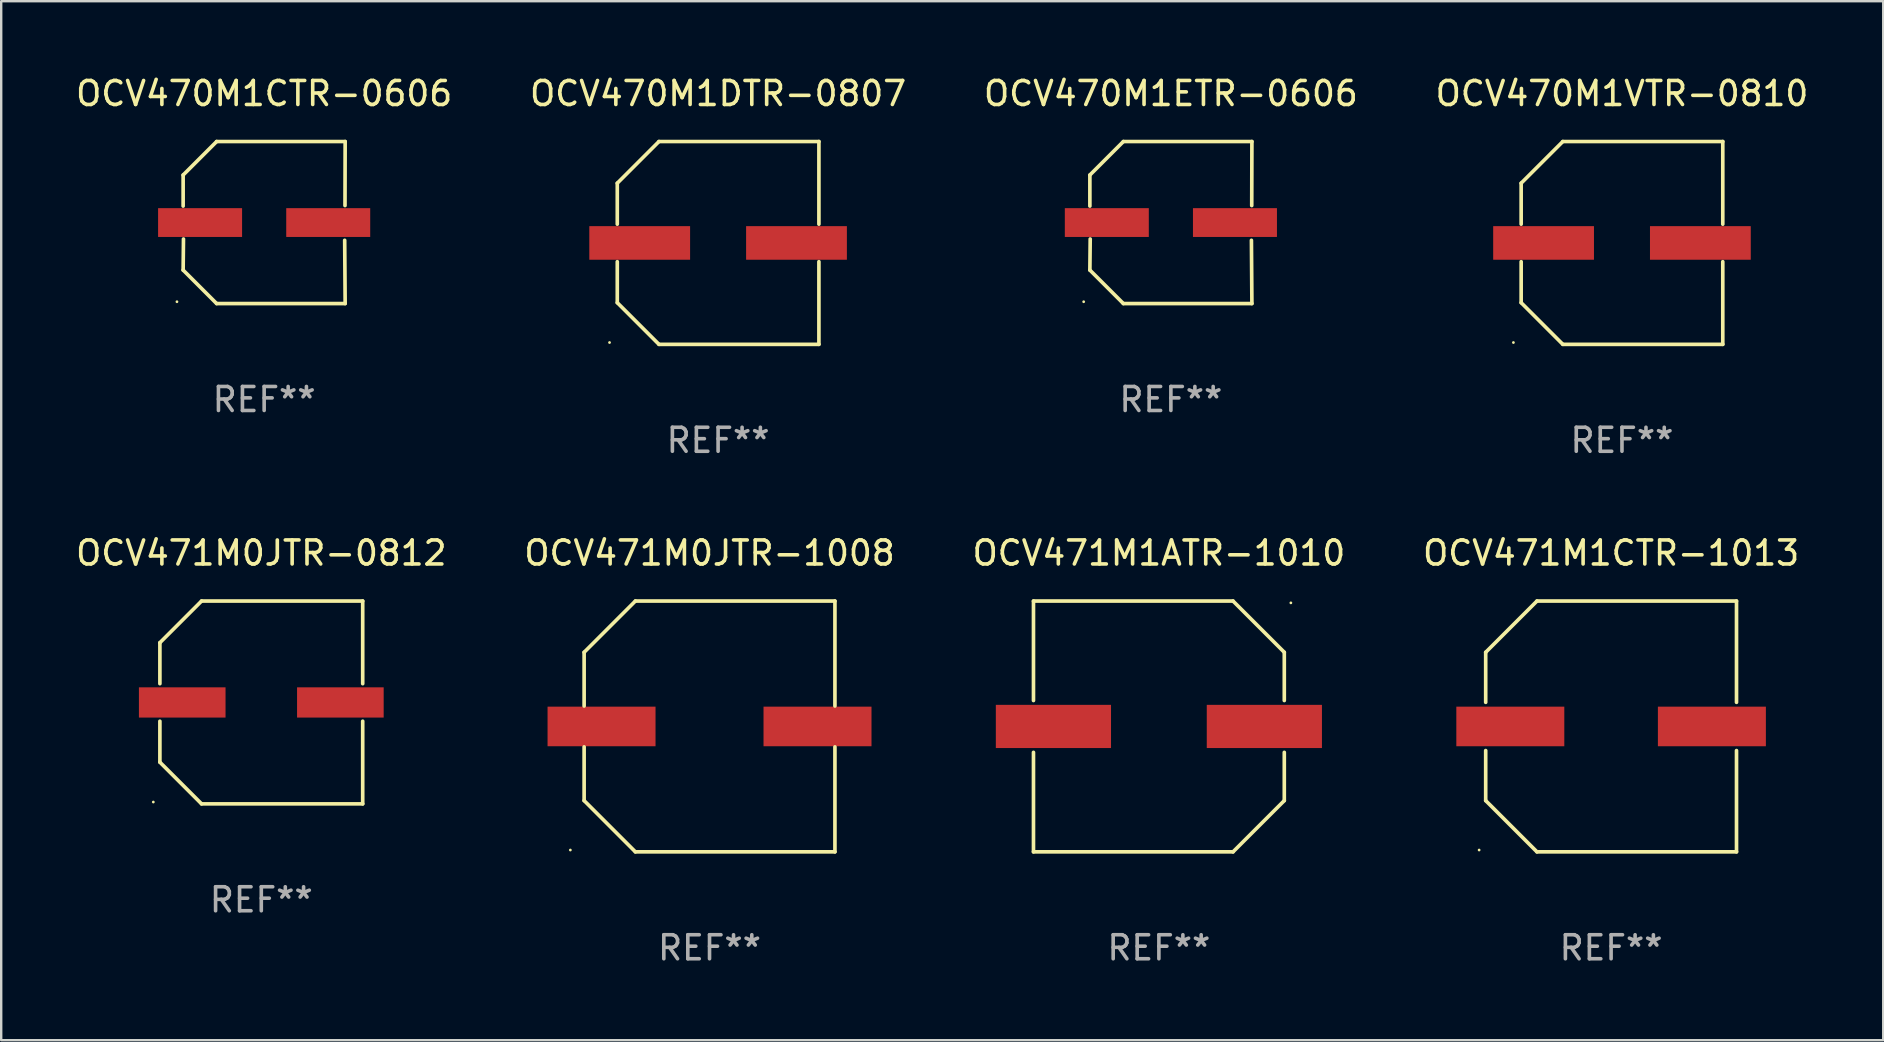
<source format=kicad_pcb>
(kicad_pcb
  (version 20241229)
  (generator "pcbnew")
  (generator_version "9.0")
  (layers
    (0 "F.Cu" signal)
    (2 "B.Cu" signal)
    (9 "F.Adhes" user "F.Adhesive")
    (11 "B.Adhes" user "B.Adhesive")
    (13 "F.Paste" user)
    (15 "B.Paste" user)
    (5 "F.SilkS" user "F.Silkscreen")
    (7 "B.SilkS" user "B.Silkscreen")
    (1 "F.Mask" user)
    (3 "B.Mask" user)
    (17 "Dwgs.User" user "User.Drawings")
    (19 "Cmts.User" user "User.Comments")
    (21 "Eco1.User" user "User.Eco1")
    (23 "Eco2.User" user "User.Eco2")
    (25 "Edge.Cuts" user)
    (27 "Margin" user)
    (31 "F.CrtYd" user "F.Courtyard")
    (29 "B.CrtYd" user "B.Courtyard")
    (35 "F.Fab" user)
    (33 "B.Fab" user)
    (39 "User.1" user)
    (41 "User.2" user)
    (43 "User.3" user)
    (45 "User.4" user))
  (footprint "OCV471M1CTR-1013"
    (layer "F.Cu")
    (at 64.089 27.223)
    (property "Reference" "OCV471M1CTR-1013" (at 0 -7.226 0) (layer "F.SilkS") (effects (font (size 1 1) (thickness 0.15))))
    (attr through_hole)
    (fp_line (start -5.226 -3.09) (end -5.226 -1.005) (stroke (width 0.152) (type solid)) (layer "F.SilkS"))
    (fp_line (start -5.226 1.005) (end -5.226 3.09) (stroke (width 0.152) (type solid)) (layer "F.SilkS"))
    (fp_line (start -3.09 -5.226) (end -5.226 -3.09) (stroke (width 0.152) (type solid)) (layer "F.SilkS"))
    (fp_line (start -3.09 5.226) (end -5.226 3.09) (stroke (width 0.152) (type solid)) (layer "F.SilkS"))
    (fp_line (start 5.226 -5.226) (end -3.09 -5.226) (stroke (width 0.152) (type solid)) (layer "F.SilkS"))
    (fp_line (start 5.226 -5.226) (end 5.226 -1.005) (stroke (width 0.152) (type solid)) (layer "F.SilkS"))
    (fp_line (start 5.226 1.005) (end 5.226 5.226) (stroke (width 0.152) (type solid)) (layer "F.SilkS"))
    (fp_line (start 5.226 5.226) (end -3.09 5.226) (stroke (width 0.152) (type solid)) (layer "F.SilkS"))
    (fp_circle (center -5.5 5.15) (end -5.47 5.15) (stroke (width 0.06) (type solid)) (fill no) (layer "F.SilkS"))
    (fp_text user "REF**" (at 0 9.226 0) (layer "F.Fab") (effects (font (size 1 1) (thickness 0.15))))
    (pad "1" smd rect (at -4.2 0.000216) (size 4.5 1.65) (layers "F.Cu" "F.Mask" "F.Paste"))
    (pad "2" smd rect (at 4.2 0.000216) (size 4.5 1.65) (layers "F.Cu" "F.Mask" "F.Paste")))
  (footprint "OCV470M1DTR-0807"
    (layer "F.Cu")
    (at 26.875 7.074)
    (property "Reference" "OCV470M1DTR-0807" (at 0 -6.226 0) (layer "F.SilkS") (effects (font (size 1 1) (thickness 0.15))))
    (attr through_hole)
    (fp_line (start -4.201 -2.49) (end -4.201 -0.782) (stroke (width 0.152) (type solid)) (layer "F.SilkS"))
    (fp_line (start -4.201 2.49) (end -4.201 0.782) (stroke (width 0.152) (type solid)) (layer "F.SilkS"))
    (fp_line (start -2.465 -4.226) (end -4.201 -2.49) (stroke (width 0.152) (type solid)) (layer "F.SilkS"))
    (fp_line (start -2.465 4.226) (end -4.201 2.49) (stroke (width 0.152) (type solid)) (layer "F.SilkS"))
    (fp_line (start 4.201 -4.226) (end -2.465 -4.226) (stroke (width 0.152) (type solid)) (layer "F.SilkS"))
    (fp_line (start 4.201 -0.782) (end 4.201 -4.226) (stroke (width 0.152) (type solid)) (layer "F.SilkS"))
    (fp_line (start 4.201 0.782) (end 4.201 4.226) (stroke (width 0.152) (type solid)) (layer "F.SilkS"))
    (fp_line (start 4.201 4.226) (end -2.465 4.226) (stroke (width 0.152) (type solid)) (layer "F.SilkS"))
    (fp_circle (center -4.524 4.15) (end -4.494 4.15) (stroke (width 0.06) (type solid)) (fill no) (layer "F.SilkS"))
    (fp_text user "REF**" (at 0 8.226 0) (layer "F.Fab") (effects (font (size 1 1) (thickness 0.15))))
    (pad "1" smd rect (at -3.267 0) (size 4.2 1.4) (layers "F.Cu" "F.Mask" "F.Paste"))
    (pad "2" smd rect (at 3.267 0) (size 4.2 1.4) (layers "F.Cu" "F.Mask" "F.Paste")))
  (footprint "OCV471M0JTR-0812"
    (layer "F.Cu")
    (at 7.839 26.223)
    (property "Reference" "OCV471M0JTR-0812" (at 0 -6.226 0) (layer "F.SilkS") (effects (font (size 1 1) (thickness 0.15))))
    (attr through_hole)
    (fp_line (start -4.226 -2.49) (end -4.226 -0.782) (stroke (width 0.152) (type solid)) (layer "F.SilkS"))
    (fp_line (start -4.226 2.49) (end -4.226 0.782) (stroke (width 0.152) (type solid)) (layer "F.SilkS"))
    (fp_line (start -2.49 -4.226) (end -4.226 -2.49) (stroke (width 0.152) (type solid)) (layer "F.SilkS"))
    (fp_line (start -2.49 4.226) (end -4.226 2.49) (stroke (width 0.152) (type solid)) (layer "F.SilkS"))
    (fp_line (start 4.226 -4.226) (end -2.49 -4.226) (stroke (width 0.152) (type solid)) (layer "F.SilkS"))
    (fp_line (start 4.226 -0.782) (end 4.226 -4.226) (stroke (width 0.152) (type solid)) (layer "F.SilkS"))
    (fp_line (start 4.226 0.782) (end 4.226 4.226) (stroke (width 0.152) (type solid)) (layer "F.SilkS"))
    (fp_line (start 4.226 4.226) (end -2.49 4.226) (stroke (width 0.152) (type solid)) (layer "F.SilkS"))
    (fp_circle (center -4.5 4.15) (end -4.47 4.15) (stroke (width 0.06) (type solid)) (fill no) (layer "F.SilkS"))
    (fp_text user "REF**" (at 0 8.226 0) (layer "F.Fab") (effects (font (size 1 1) (thickness 0.15))))
    (pad "1" smd rect (at -3.295 -0.000076 180) (size 3.61 1.26) (layers "F.Cu" "F.Mask" "F.Paste"))
    (pad "2" smd rect (at 3.295 -0.000076 180) (size 3.61 1.26) (layers "F.Cu" "F.Mask" "F.Paste")))
  (footprint "OCV471M1ATR-1010"
    (layer "F.Cu")
    (at 45.244 27.223)
    (property "Reference" "OCV471M1ATR-1010" (at 0 -7.226 0) (layer "F.SilkS") (effects (font (size 1 1) (thickness 0.15))))
    (attr through_hole)
    (fp_line (start -5.226 -5.226) (end -5.226 -1.08) (stroke (width 0.152) (type solid)) (layer "F.SilkS"))
    (fp_line (start -5.226 -5.226) (end 3.09 -5.226) (stroke (width 0.152) (type solid)) (layer "F.SilkS"))
    (fp_line (start -5.226 1.08) (end -5.226 5.226) (stroke (width 0.152) (type solid)) (layer "F.SilkS"))
    (fp_line (start -5.226 5.226) (end 3.09 5.226) (stroke (width 0.152) (type solid)) (layer "F.SilkS"))
    (fp_line (start 3.09 -5.226) (end 5.226 -3.09) (stroke (width 0.152) (type solid)) (layer "F.SilkS"))
    (fp_line (start 3.09 5.226) (end 5.226 3.09) (stroke (width 0.152) (type solid)) (layer "F.SilkS"))
    (fp_line (start 5.226 -1.08) (end 5.226 -3.09) (stroke (width 0.152) (type solid)) (layer "F.SilkS"))
    (fp_line (start 5.226 3.09) (end 5.226 1.08) (stroke (width 0.152) (type solid)) (layer "F.SilkS"))
    (fp_circle (center 5.5 -5.15) (end 5.53 -5.15) (stroke (width 0.06) (type solid)) (fill no) (layer "F.SilkS"))
    (fp_text user "REF**" (at 0 9.226 0) (layer "F.Fab") (effects (font (size 1 1) (thickness 0.15))))
    (pad "1" smd rect (at 4.395 0 180) (size 4.8 1.8) (layers "F.Cu" "F.Mask" "F.Paste"))
    (pad "2" smd rect (at -4.395 0 180) (size 4.8 1.8) (layers "F.Cu" "F.Mask" "F.Paste")))
  (footprint "OCV470M1VTR-0810"
    (layer "F.Cu")
    (at 64.542 7.074)
    (property "Reference" "OCV470M1VTR-0810" (at 0 -6.226 0) (layer "F.SilkS") (effects (font (size 1 1) (thickness 0.15))))
    (attr through_hole)
    (fp_line (start -4.201 -2.49) (end -4.201 -0.782) (stroke (width 0.152) (type solid)) (layer "F.SilkS"))
    (fp_line (start -4.201 2.49) (end -4.201 0.782) (stroke (width 0.152) (type solid)) (layer "F.SilkS"))
    (fp_line (start -2.465 -4.226) (end -4.201 -2.49) (stroke (width 0.152) (type solid)) (layer "F.SilkS"))
    (fp_line (start -2.465 4.226) (end -4.201 2.49) (stroke (width 0.152) (type solid)) (layer "F.SilkS"))
    (fp_line (start 4.201 -4.226) (end -2.465 -4.226) (stroke (width 0.152) (type solid)) (layer "F.SilkS"))
    (fp_line (start 4.201 -0.782) (end 4.201 -4.226) (stroke (width 0.152) (type solid)) (layer "F.SilkS"))
    (fp_line (start 4.201 0.782) (end 4.201 4.226) (stroke (width 0.152) (type solid)) (layer "F.SilkS"))
    (fp_line (start 4.201 4.226) (end -2.465 4.226) (stroke (width 0.152) (type solid)) (layer "F.SilkS"))
    (fp_circle (center -4.524 4.15) (end -4.494 4.15) (stroke (width 0.06) (type solid)) (fill no) (layer "F.SilkS"))
    (fp_text user "REF**" (at 0 8.226 0) (layer "F.Fab") (effects (font (size 1 1) (thickness 0.15))))
    (pad "1" smd rect (at -3.267 0) (size 4.2 1.4) (layers "F.Cu" "F.Mask" "F.Paste"))
    (pad "2" smd rect (at 3.267 0) (size 4.2 1.4) (layers "F.Cu" "F.Mask" "F.Paste")))
  (footprint "OCV470M1CTR-0606"
    (layer "F.Cu")
    (at 7.958 6.224)
    (property "Reference" "OCV470M1CTR-0606" (at 0 -5.376 0) (layer "F.SilkS") (effects (font (size 1 1) (thickness 0.15))))
    (attr through_hole)
    (fp_line (start -3.376 -1.98) (end -3.376 -0.686) (stroke (width 0.152) (type solid)) (layer "F.SilkS"))
    (fp_line (start -3.376 1.981) (end -3.362 0.686) (stroke (width 0.152) (type solid)) (layer "F.SilkS"))
    (fp_line (start -1.981 3.376) (end -3.376 1.981) (stroke (width 0.152) (type solid)) (layer "F.SilkS"))
    (fp_line (start -1.98 -3.376) (end -3.376 -1.98) (stroke (width 0.152) (type solid)) (layer "F.SilkS"))
    (fp_line (start 3.356 0.74) (end 3.376 3.376) (stroke (width 0.152) (type solid)) (layer "F.SilkS"))
    (fp_line (start 3.369 -0.707) (end 3.376 -3.376) (stroke (width 0.152) (type solid)) (layer "F.SilkS"))
    (fp_line (start 3.376 3.376) (end -1.981 3.376) (stroke (width 0.152) (type solid)) (layer "F.SilkS"))
    (fp_line (start 3.376 -3.376) (end -1.98 -3.376) (stroke (width 0.152) (type solid)) (layer "F.SilkS"))
    (fp_circle (center -3.634 3.3) (end -3.604 3.3) (stroke (width 0.06) (type solid)) (fill no) (layer "F.SilkS"))
    (fp_text user "REF**" (at 0 7.376 0) (layer "F.Fab") (effects (font (size 1 1) (thickness 0.15))))
    (pad "1" smd rect (at -2.67 0.000254) (size 3.5 1.2) (layers "F.Cu" "F.Mask" "F.Paste"))
    (pad "2" smd rect (at 2.67 0.000254) (size 3.5 1.2) (layers "F.Cu" "F.Mask" "F.Paste")))
  (footprint "OCV471M0JTR-1008"
    (layer "F.Cu")
    (at 26.518 27.223)
    (property "Reference" "OCV471M0JTR-1008" (at 0 -7.226 0) (layer "F.SilkS") (effects (font (size 1 1) (thickness 0.15))))
    (attr through_hole)
    (fp_line (start -5.226 -3.09) (end -5.226 -0.852) (stroke (width 0.152) (type solid)) (layer "F.SilkS"))
    (fp_line (start -5.226 3.09) (end -5.226 0.852) (stroke (width 0.152) (type solid)) (layer "F.SilkS"))
    (fp_line (start -3.09 -5.226) (end -5.226 -3.09) (stroke (width 0.152) (type solid)) (layer "F.SilkS"))
    (fp_line (start -3.09 5.226) (end -5.226 3.09) (stroke (width 0.152) (type solid)) (layer "F.SilkS"))
    (fp_line (start 5.226 -5.226) (end -3.09 -5.226) (stroke (width 0.152) (type solid)) (layer "F.SilkS"))
    (fp_line (start 5.226 -0.852) (end 5.226 -5.226) (stroke (width 0.152) (type solid)) (layer "F.SilkS"))
    (fp_line (start 5.226 0.852) (end 5.226 5.226) (stroke (width 0.152) (type solid)) (layer "F.SilkS"))
    (fp_line (start 5.226 5.226) (end -3.09 5.226) (stroke (width 0.152) (type solid)) (layer "F.SilkS"))
    (fp_circle (center -5.8 5.15) (end -5.77 5.15) (stroke (width 0.06) (type solid)) (fill no) (layer "F.SilkS"))
    (fp_text user "REF**" (at 0 9.226 0) (layer "F.Fab") (effects (font (size 1 1) (thickness 0.15))))
    (pad "1" smd rect (at -4.5 0) (size 4.5 1.65) (layers "F.Cu" "F.Mask" "F.Paste"))
    (pad "2" smd rect (at 4.5 0) (size 4.5 1.65) (layers "F.Cu" "F.Mask" "F.Paste")))
  (footprint "OCV470M1ETR-0606"
    (layer "F.Cu")
    (at 45.744 6.224)
    (property "Reference" "OCV470M1ETR-0606" (at 0 -5.376 0) (layer "F.SilkS") (effects (font (size 1 1) (thickness 0.15))))
    (attr through_hole)
    (fp_line (start -3.376 -1.98) (end -3.376 -0.686) (stroke (width 0.152) (type solid)) (layer "F.SilkS"))
    (fp_line (start -3.376 1.981) (end -3.362 0.686) (stroke (width 0.152) (type solid)) (layer "F.SilkS"))
    (fp_line (start -1.981 3.376) (end -3.376 1.981) (stroke (width 0.152) (type solid)) (layer "F.SilkS"))
    (fp_line (start -1.98 -3.376) (end -3.376 -1.98) (stroke (width 0.152) (type solid)) (layer "F.SilkS"))
    (fp_line (start 3.356 0.74) (end 3.376 3.376) (stroke (width 0.152) (type solid)) (layer "F.SilkS"))
    (fp_line (start 3.369 -0.707) (end 3.376 -3.376) (stroke (width 0.152) (type solid)) (layer "F.SilkS"))
    (fp_line (start 3.376 3.376) (end -1.981 3.376) (stroke (width 0.152) (type solid)) (layer "F.SilkS"))
    (fp_line (start 3.376 -3.376) (end -1.98 -3.376) (stroke (width 0.152) (type solid)) (layer "F.SilkS"))
    (fp_circle (center -3.634 3.3) (end -3.604 3.3) (stroke (width 0.06) (type solid)) (fill no) (layer "F.SilkS"))
    (fp_text user "REF**" (at 0 7.376 0) (layer "F.Fab") (effects (font (size 1 1) (thickness 0.15))))
    (pad "1" smd rect (at -2.67 0.000254) (size 3.5 1.2) (layers "F.Cu" "F.Mask" "F.Paste"))
    (pad "2" smd rect (at 2.67 0.000254) (size 3.5 1.2) (layers "F.Cu" "F.Mask" "F.Paste")))
  (gr_rect
    (start -3 -3)
    (end 75.429 40.298)
    (stroke (width 0.1) (type default))
    (fill no)
    (layer "Edge.Cuts")))
</source>
